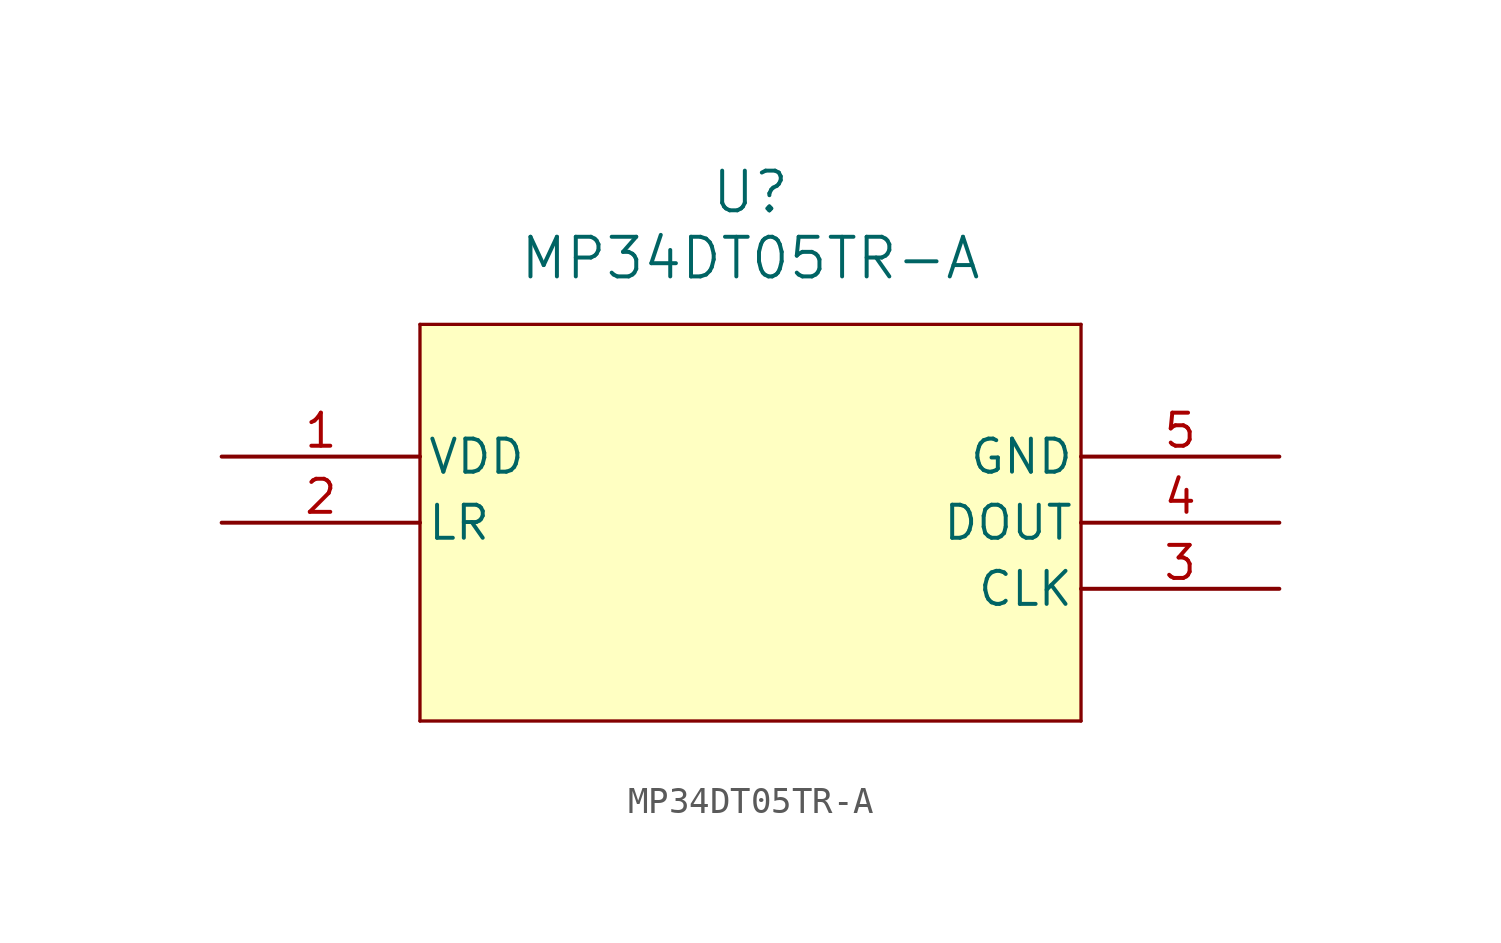
<source format=kicad_sym>
(kicad_symbol_lib
  (version 20220914)
  (generator kicad_symbol_editor)
  (symbol "MP34DT05TR-A"
    (pin_names
      (offset 0.254))
    (property "Reference" "U"
      (at 20.32 10.16 0)
      (effects (font (size 1.524 1.524))))
    (property "Value" "MP34DT05TR-A"
      (at 20.32 7.62 0)
      (effects (font (size 1.524 1.524))))
    (property "ki_locked" ""
      (at 0 0 0)
      (effects (font (size 1.27 1.27))))
    (symbol "MP34DT05TR-A_0_1"
      (polyline (pts (xy 7.62 -10.16) (xy 33.02 -10.16)) (stroke (width 0.127) (type default)) (fill (type none)))
      (polyline (pts (xy 7.62 5.08) (xy 7.62 -10.16)) (stroke (width 0.127) (type default)) (fill (type none)))
      (polyline (pts (xy 33.02 -10.16) (xy 33.02 5.08)) (stroke (width 0.127) (type default)) (fill (type none)))
      (polyline (pts (xy 33.02 5.08) (xy 7.62 5.08)) (stroke (width 0.127) (type default)) (fill (type none)))
      (pin power_in line (at 0 0 0) (length 7.62) (name "VDD" (effects (font (size 1.27 1.27)))) (number "1" (effects (font (size 1.27 1.27)))))
      (pin input line (at 40.64 -5.08 180) (length 7.62) (name "CLK" (effects (font (size 1.27 1.27)))) (number "3" (effects (font (size 1.27 1.27)))))
      (pin output line (at 40.64 -2.54 180) (length 7.62) (name "DOUT" (effects (font (size 1.27 1.27)))) (number "4" (effects (font (size 1.27 1.27))))))
    (symbol "MP34DT05TR-A_1_1"
      (rectangle (start 7.62 5.08) (end 33.02 -10.16) (stroke (width -0.0001) (type default)) (fill (type background)))
      (pin bidirectional line (at 0 -2.54 0) (length 7.62) (name "LR" (effects (font (size 1.27 1.27)))) (number "2" (effects (font (size 1.27 1.27)))))
      (pin power_in line (at 40.64 0 180) (length 7.62) (name "GND" (effects (font (size 1.27 1.27)))) (number "5" (effects (font (size 1.27 1.27))))))))
</source>
